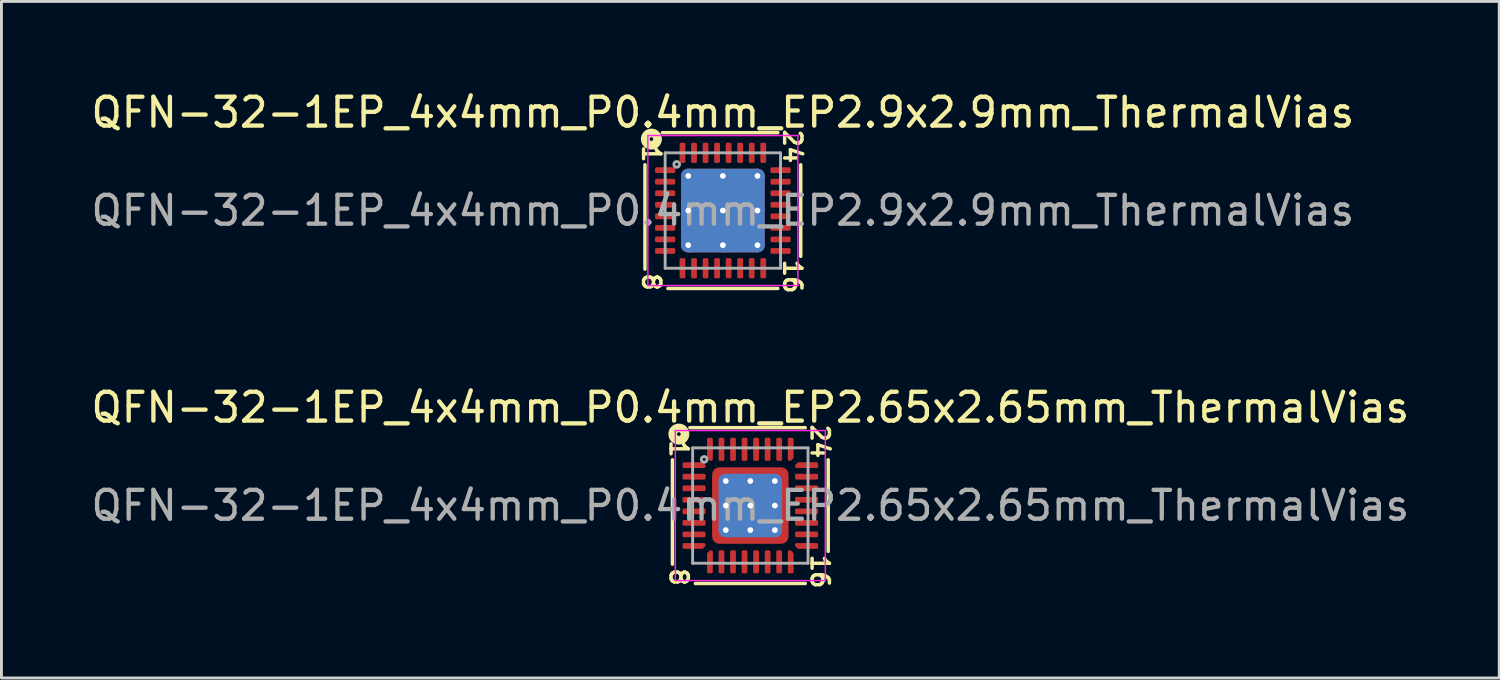
<source format=kicad_pcb>
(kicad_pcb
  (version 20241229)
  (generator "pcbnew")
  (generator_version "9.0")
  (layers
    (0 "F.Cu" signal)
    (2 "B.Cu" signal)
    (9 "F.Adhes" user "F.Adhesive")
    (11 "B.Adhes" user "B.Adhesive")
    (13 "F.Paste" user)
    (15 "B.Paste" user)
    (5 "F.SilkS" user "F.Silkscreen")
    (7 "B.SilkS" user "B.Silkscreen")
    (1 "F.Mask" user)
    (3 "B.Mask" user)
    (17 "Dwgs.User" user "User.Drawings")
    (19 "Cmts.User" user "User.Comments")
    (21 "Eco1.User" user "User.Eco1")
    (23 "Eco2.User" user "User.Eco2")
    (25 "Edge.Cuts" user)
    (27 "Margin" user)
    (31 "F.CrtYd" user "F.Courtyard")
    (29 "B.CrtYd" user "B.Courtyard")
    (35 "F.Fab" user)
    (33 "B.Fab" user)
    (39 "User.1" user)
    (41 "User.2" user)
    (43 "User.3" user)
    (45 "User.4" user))
  (footprint "QFN-32-1EP_4x4mm_P0.4mm_EP2.9x2.9mm_ThermalVias"
    (layer "F.Cu")
    (at 22.006 4.248)
    (property "Reference" "QFN-32-1EP_4x4mm_P0.4mm_EP2.9x2.9mm_ThermalVias" (at 0 -3.4 0) (layer "F.SilkS") (effects (font (size 1 1) (thickness 0.15))))
    (attr smd)
    (fp_line (start -2.7 -1.587) (end -2.7 2.032) (stroke (width 0.12) (type solid)) (layer "F.SilkS"))
    (fp_line (start -1.905 2.7) (end 1.905 2.7) (stroke (width 0.12) (type solid)) (layer "F.SilkS"))
    (fp_line (start 1.905 -2.7) (end -2.095 -2.7) (stroke (width 0.12) (type solid)) (layer "F.SilkS"))
    (fp_line (start 2.7 1.587) (end 2.7 -1.587) (stroke (width 0.12) (type solid)) (layer "F.SilkS"))
    (fp_circle (center -2.477 -2.477) (end -2.413 -2.477) (stroke (width 0.3) (type solid)) (fill no) (layer "F.SilkS"))
    (fp_line (start -2.6 -2.6) (end -2.6 2.6) (stroke (width 0.05) (type solid)) (layer "F.CrtYd"))
    (fp_line (start -2.6 2.6) (end 2.6 2.6) (stroke (width 0.05) (type solid)) (layer "F.CrtYd"))
    (fp_line (start 2.6 -2.6) (end -2.6 -2.6) (stroke (width 0.05) (type solid)) (layer "F.CrtYd"))
    (fp_line (start 2.6 2.6) (end 2.6 -2.6) (stroke (width 0.05) (type solid)) (layer "F.CrtYd"))
    (fp_line (start -2 -2) (end 2 -2) (stroke (width 0.1) (type solid)) (layer "F.Fab"))
    (fp_line (start -2 2) (end -2 -2) (stroke (width 0.1) (type solid)) (layer "F.Fab"))
    (fp_line (start 2 -2) (end 2 2) (stroke (width 0.1) (type solid)) (layer "F.Fab"))
    (fp_line (start 2 2) (end -2 2) (stroke (width 0.1) (type solid)) (layer "F.Fab"))
    (fp_circle (center -1.6 -1.6) (end -1.5 -1.6) (stroke (width 0.1) (type solid)) (fill no) (layer "F.Fab"))
    (fp_text user "16" (at 2.413 2.286 270) (unlocked yes) (layer "F.SilkS") (effects (font (size 0.6 0.6) (thickness 0.12))))
    (fp_text user "1" (at -2.477 -1.968 270) (unlocked yes) (layer "F.SilkS") (effects (font (size 0.6 0.6) (thickness 0.12))))
    (fp_text user "8" (at -2.477 2.477 270) (unlocked yes) (layer "F.SilkS") (effects (font (size 0.6 0.6) (thickness 0.12))))
    (fp_text user "24" (at 2.413 -2.223 270) (unlocked yes) (layer "F.SilkS") (effects (font (size 0.6 0.6) (thickness 0.12))))
    (fp_text user "${REFERENCE}" (at 0 0 0) (layer "F.Fab") (effects (font (size 1 1) (thickness 0.15))))
    (pad "" smd roundrect (at -0.725 -0.725) (size 1.26 1.26) (layers "F.Paste") (roundrect_rratio 0.198))
    (pad "" smd roundrect (at -0.725 0.725) (size 1.26 1.26) (layers "F.Paste") (roundrect_rratio 0.198))
    (pad "" smd roundrect (at 0.725 -0.725) (size 1.26 1.26) (layers "F.Paste") (roundrect_rratio 0.198))
    (pad "" smd roundrect (at 0.725 0.725) (size 1.26 1.26) (layers "F.Paste") (roundrect_rratio 0.198))
    (pad "1" smd roundrect (at -2 -1.4) (size 0.7 0.2) (layers "F.Cu" "F.Mask" "F.Paste") (roundrect_rratio 0.25))
    (pad "2" smd roundrect (at -2 -1) (size 0.7 0.2) (layers "F.Cu" "F.Mask" "F.Paste") (roundrect_rratio 0.25))
    (pad "3" smd roundrect (at -2 -0.6) (size 0.7 0.2) (layers "F.Cu" "F.Mask" "F.Paste") (roundrect_rratio 0.25))
    (pad "4" smd roundrect (at -2 -0.2) (size 0.7 0.2) (layers "F.Cu" "F.Mask" "F.Paste") (roundrect_rratio 0.25))
    (pad "5" smd roundrect (at -2 0.2) (size 0.7 0.2) (layers "F.Cu" "F.Mask" "F.Paste") (roundrect_rratio 0.25))
    (pad "6" smd roundrect (at -2 0.6) (size 0.7 0.2) (layers "F.Cu" "F.Mask" "F.Paste") (roundrect_rratio 0.25))
    (pad "7" smd roundrect (at -2 1) (size 0.7 0.2) (layers "F.Cu" "F.Mask" "F.Paste") (roundrect_rratio 0.25))
    (pad "8" smd roundrect (at -2 1.4) (size 0.7 0.2) (layers "F.Cu" "F.Mask" "F.Paste") (roundrect_rratio 0.25))
    (pad "9" smd roundrect (at -1.4 2) (size 0.2 0.7) (layers "F.Cu" "F.Mask" "F.Paste") (roundrect_rratio 0.25))
    (pad "10" smd roundrect (at -1 2) (size 0.2 0.7) (layers "F.Cu" "F.Mask" "F.Paste") (roundrect_rratio 0.25))
    (pad "11" smd roundrect (at -0.6 2) (size 0.2 0.7) (layers "F.Cu" "F.Mask" "F.Paste") (roundrect_rratio 0.25))
    (pad "12" smd roundrect (at -0.2 2) (size 0.2 0.7) (layers "F.Cu" "F.Mask" "F.Paste") (roundrect_rratio 0.25))
    (pad "13" smd roundrect (at 0.2 2) (size 0.2 0.7) (layers "F.Cu" "F.Mask" "F.Paste") (roundrect_rratio 0.25))
    (pad "14" smd roundrect (at 0.6 2) (size 0.2 0.7) (layers "F.Cu" "F.Mask" "F.Paste") (roundrect_rratio 0.25))
    (pad "15" smd roundrect (at 1 2) (size 0.2 0.7) (layers "F.Cu" "F.Mask" "F.Paste") (roundrect_rratio 0.25))
    (pad "16" smd roundrect (at 1.4 2) (size 0.2 0.7) (layers "F.Cu" "F.Mask" "F.Paste") (roundrect_rratio 0.25))
    (pad "17" smd roundrect (at 2 1.4) (size 0.7 0.2) (layers "F.Cu" "F.Mask" "F.Paste") (roundrect_rratio 0.25))
    (pad "18" smd roundrect (at 2 1) (size 0.7 0.2) (layers "F.Cu" "F.Mask" "F.Paste") (roundrect_rratio 0.25))
    (pad "19" smd roundrect (at 2 0.6) (size 0.7 0.2) (layers "F.Cu" "F.Mask" "F.Paste") (roundrect_rratio 0.25))
    (pad "20" smd roundrect (at 2 0.2) (size 0.7 0.2) (layers "F.Cu" "F.Mask" "F.Paste") (roundrect_rratio 0.25))
    (pad "21" smd roundrect (at 2 -0.2) (size 0.7 0.2) (layers "F.Cu" "F.Mask" "F.Paste") (roundrect_rratio 0.25))
    (pad "22" smd roundrect (at 2 -0.6) (size 0.7 0.2) (layers "F.Cu" "F.Mask" "F.Paste") (roundrect_rratio 0.25))
    (pad "23" smd roundrect (at 2 -1) (size 0.7 0.2) (layers "F.Cu" "F.Mask" "F.Paste") (roundrect_rratio 0.25))
    (pad "24" smd roundrect (at 2 -1.4) (size 0.7 0.2) (layers "F.Cu" "F.Mask" "F.Paste") (roundrect_rratio 0.25))
    (pad "25" smd roundrect (at 1.4 -2) (size 0.2 0.7) (layers "F.Cu" "F.Mask" "F.Paste") (roundrect_rratio 0.25))
    (pad "26" smd roundrect (at 1 -2) (size 0.2 0.7) (layers "F.Cu" "F.Mask" "F.Paste") (roundrect_rratio 0.25))
    (pad "27" smd roundrect (at 0.6 -2) (size 0.2 0.7) (layers "F.Cu" "F.Mask" "F.Paste") (roundrect_rratio 0.25))
    (pad "28" smd roundrect (at 0.2 -2) (size 0.2 0.7) (layers "F.Cu" "F.Mask" "F.Paste") (roundrect_rratio 0.25))
    (pad "29" smd roundrect (at -0.2 -2) (size 0.2 0.7) (layers "F.Cu" "F.Mask" "F.Paste") (roundrect_rratio 0.25))
    (pad "30" smd roundrect (at -0.6 -2) (size 0.2 0.7) (layers "F.Cu" "F.Mask" "F.Paste") (roundrect_rratio 0.25))
    (pad "31" smd roundrect (at -1 -2) (size 0.2 0.7) (layers "F.Cu" "F.Mask" "F.Paste") (roundrect_rratio 0.25))
    (pad "32" smd roundrect (at -1.4 -2) (size 0.2 0.7) (layers "F.Cu" "F.Mask" "F.Paste") (roundrect_rratio 0.25))
    (pad "33" thru_hole circle (at -1.2 -1.2) (size 0.5 0.5) (drill 0.2) (property pad_prop_heatsink) (layers "*.Cu"))
    (pad "33" thru_hole circle (at -1.2 0) (size 0.5 0.5) (drill 0.2) (property pad_prop_heatsink) (layers "*.Cu"))
    (pad "33" thru_hole circle (at -1.2 1.2) (size 0.5 0.5) (drill 0.2) (property pad_prop_heatsink) (layers "*.Cu"))
    (pad "33" thru_hole circle (at 0 -1.2) (size 0.5 0.5) (drill 0.2) (property pad_prop_heatsink) (layers "*.Cu"))
    (pad "33" thru_hole circle (at 0 0) (size 0.5 0.5) (drill 0.2) (property pad_prop_heatsink) (layers "*.Cu"))
    (pad "33" smd roundrect (at 0 0) (size 2.9 2.9) (layers "F.Cu" "F.Mask") (roundrect_rratio 0.086))
    (pad "33" smd roundrect (at 0 0) (size 2.9 2.9) (layers "B.Cu" "B.Mask") (roundrect_rratio 0.086))
    (pad "33" thru_hole circle (at 0 1.2) (size 0.5 0.5) (drill 0.2) (property pad_prop_heatsink) (layers "*.Cu"))
    (pad "33" thru_hole circle (at 1.2 -1.2) (size 0.5 0.5) (drill 0.2) (property pad_prop_heatsink) (layers "*.Cu"))
    (pad "33" thru_hole circle (at 1.2 0) (size 0.5 0.5) (drill 0.2) (property pad_prop_heatsink) (layers "*.Cu"))
    (pad "33" thru_hole circle (at 1.2 1.2) (size 0.5 0.5) (drill 0.2) (property pad_prop_heatsink) (layers "*.Cu")))
  (footprint "QFN-32-1EP_4x4mm_P0.4mm_EP2.65x2.65mm_ThermalVias"
    (layer "F.Cu")
    (at 22.958 14.474)
    (property "Reference" "QFN-32-1EP_4x4mm_P0.4mm_EP2.65x2.65mm_ThermalVias" (at 0 -3.4 0) (layer "F.SilkS") (effects (font (size 1 1) (thickness 0.15))))
    (attr smd)
    (fp_line (start -2.7 -1.587) (end -2.7 2.032) (stroke (width 0.12) (type solid)) (layer "F.SilkS"))
    (fp_line (start -1.905 2.7) (end 1.905 2.7) (stroke (width 0.12) (type solid)) (layer "F.SilkS"))
    (fp_line (start 1.905 -2.7) (end -2.095 -2.7) (stroke (width 0.12) (type solid)) (layer "F.SilkS"))
    (fp_line (start 2.7 1.587) (end 2.7 -1.587) (stroke (width 0.12) (type solid)) (layer "F.SilkS"))
    (fp_circle (center -2.477 -2.477) (end -2.413 -2.477) (stroke (width 0.3) (type solid)) (fill no) (layer "F.SilkS"))
    (fp_line (start -2.6 -2.6) (end -2.6 2.6) (stroke (width 0.05) (type solid)) (layer "F.CrtYd"))
    (fp_line (start -2.6 2.6) (end 2.6 2.6) (stroke (width 0.05) (type solid)) (layer "F.CrtYd"))
    (fp_line (start 2.6 -2.6) (end -2.6 -2.6) (stroke (width 0.05) (type solid)) (layer "F.CrtYd"))
    (fp_line (start 2.6 2.6) (end 2.6 -2.6) (stroke (width 0.05) (type solid)) (layer "F.CrtYd"))
    (fp_line (start -2 -2) (end 2 -2) (stroke (width 0.1) (type solid)) (layer "F.Fab"))
    (fp_line (start -2 2) (end -2 -2) (stroke (width 0.1) (type solid)) (layer "F.Fab"))
    (fp_line (start 2 -2) (end 2 2) (stroke (width 0.1) (type solid)) (layer "F.Fab"))
    (fp_line (start 2 2) (end -2 2) (stroke (width 0.1) (type solid)) (layer "F.Fab"))
    (fp_circle (center -1.6 -1.6) (end -1.5 -1.6) (stroke (width 0.1) (type solid)) (fill no) (layer "F.Fab"))
    (fp_text user "8" (at -2.477 2.477 270) (unlocked yes) (layer "F.SilkS") (effects (font (size 0.6 0.6) (thickness 0.12))))
    (fp_text user "16" (at 2.413 2.286 270) (unlocked yes) (layer "F.SilkS") (effects (font (size 0.6 0.6) (thickness 0.12))))
    (fp_text user "24" (at 2.413 -2.223 270) (unlocked yes) (layer "F.SilkS") (effects (font (size 0.6 0.6) (thickness 0.12))))
    (fp_text user "1" (at -2.477 -1.968 270) (unlocked yes) (layer "F.SilkS") (effects (font (size 0.6 0.6) (thickness 0.12))))
    (fp_text user "${REFERENCE}" (at 0 0 0) (layer "F.Fab") (effects (font (size 1 1) (thickness 0.15))))
    (pad "" smd custom (at -1.087 -1.087) (size 0.248 0.248) (layers "F.Paste") (options (anchor circle)) (primitives (gr_poly (pts (xy 0.096 -0.039) (xy -0.039 0.096) (xy -0.096 0.096) (xy -0.096 -0.096) (xy 0.096 -0.096)) (width 0.191) (fill yes))))
    (pad "" smd custom (at -1.087 -0.425) (size 0.274 0.274) (layers "F.Paste") (options (anchor circle)) (primitives (gr_poly (pts (xy 0.096 -0.149) (xy 0.096 0.149) (xy -0.003 0.247) (xy -0.096 0.247) (xy -0.096 -0.247) (xy -0.003 -0.247)) (width 0.191) (fill yes))))
    (pad "" smd custom (at -1.087 0.425) (size 0.274 0.274) (layers "F.Paste") (options (anchor circle)) (primitives (gr_poly (pts (xy 0.096 -0.149) (xy 0.096 0.149) (xy -0.003 0.247) (xy -0.096 0.247) (xy -0.096 -0.247) (xy -0.003 -0.247)) (width 0.191) (fill yes))))
    (pad "" smd custom (at -1.087 1.087) (size 0.248 0.248) (layers "F.Paste") (options (anchor circle)) (primitives (gr_poly (pts (xy 0.096 0.039) (xy 0.096 0.096) (xy -0.096 0.096) (xy -0.096 -0.096) (xy -0.039 -0.096)) (width 0.191) (fill yes))))
    (pad "" smd custom (at -0.425 -1.087) (size 0.274 0.274) (layers "F.Paste") (options (anchor circle)) (primitives (gr_poly (pts (xy 0.247 -0.003) (xy 0.149 0.096) (xy -0.149 0.096) (xy -0.247 -0.003) (xy -0.247 -0.096) (xy 0.247 -0.096)) (width 0.191) (fill yes))))
    (pad "" smd custom (at -0.425 -0.425) (size 0.602 0.602) (layers "F.Paste") (options (anchor circle)) (primitives (gr_poly (pts (xy 0.259 -0.19) (xy 0.259 0.19) (xy 0.19 0.259) (xy -0.19 0.259) (xy -0.259 0.19) (xy -0.259 -0.19) (xy -0.19 -0.259) (xy 0.19 -0.259)) (width 0.167) (fill yes))))
    (pad "" smd custom (at -0.425 0.425) (size 0.602 0.602) (layers "F.Paste") (options (anchor circle)) (primitives (gr_poly (pts (xy 0.259 -0.19) (xy 0.259 0.19) (xy 0.19 0.259) (xy -0.19 0.259) (xy -0.259 0.19) (xy -0.259 -0.19) (xy -0.19 -0.259) (xy 0.19 -0.259)) (width 0.167) (fill yes))))
    (pad "" smd custom (at -0.425 1.087) (size 0.274 0.274) (layers "F.Paste") (options (anchor circle)) (primitives (gr_poly (pts (xy 0.247 0.003) (xy 0.247 0.096) (xy -0.247 0.096) (xy -0.247 0.003) (xy -0.149 -0.096) (xy 0.149 -0.096)) (width 0.191) (fill yes))))
    (pad "" smd custom (at 0.425 -1.087) (size 0.274 0.274) (layers "F.Paste") (options (anchor circle)) (primitives (gr_poly (pts (xy 0.247 -0.003) (xy 0.149 0.096) (xy -0.149 0.096) (xy -0.247 -0.003) (xy -0.247 -0.096) (xy 0.247 -0.096)) (width 0.191) (fill yes))))
    (pad "" smd custom (at 0.425 -0.425) (size 0.602 0.602) (layers "F.Paste") (options (anchor circle)) (primitives (gr_poly (pts (xy 0.259 -0.19) (xy 0.259 0.19) (xy 0.19 0.259) (xy -0.19 0.259) (xy -0.259 0.19) (xy -0.259 -0.19) (xy -0.19 -0.259) (xy 0.19 -0.259)) (width 0.167) (fill yes))))
    (pad "" smd custom (at 0.425 0.425) (size 0.602 0.602) (layers "F.Paste") (options (anchor circle)) (primitives (gr_poly (pts (xy 0.259 -0.19) (xy 0.259 0.19) (xy 0.19 0.259) (xy -0.19 0.259) (xy -0.259 0.19) (xy -0.259 -0.19) (xy -0.19 -0.259) (xy 0.19 -0.259)) (width 0.167) (fill yes))))
    (pad "" smd custom (at 0.425 1.087) (size 0.274 0.274) (layers "F.Paste") (options (anchor circle)) (primitives (gr_poly (pts (xy 0.247 0.003) (xy 0.247 0.096) (xy -0.247 0.096) (xy -0.247 0.003) (xy -0.149 -0.096) (xy 0.149 -0.096)) (width 0.191) (fill yes))))
    (pad "" smd custom (at 1.087 -1.087) (size 0.248 0.248) (layers "F.Paste") (options (anchor circle)) (primitives (gr_poly (pts (xy 0.096 0.096) (xy 0.039 0.096) (xy -0.096 -0.039) (xy -0.096 -0.096) (xy 0.096 -0.096)) (width 0.191) (fill yes))))
    (pad "" smd custom (at 1.087 -0.425) (size 0.274 0.274) (layers "F.Paste") (options (anchor circle)) (primitives (gr_poly (pts (xy 0.096 0.247) (xy 0.003 0.247) (xy -0.096 0.149) (xy -0.096 -0.149) (xy 0.003 -0.247) (xy 0.096 -0.247)) (width 0.191) (fill yes))))
    (pad "" smd custom (at 1.087 0.425) (size 0.274 0.274) (layers "F.Paste") (options (anchor circle)) (primitives (gr_poly (pts (xy 0.096 0.247) (xy 0.003 0.247) (xy -0.096 0.149) (xy -0.096 -0.149) (xy 0.003 -0.247) (xy 0.096 -0.247)) (width 0.191) (fill yes))))
    (pad "" smd custom (at 1.087 1.087) (size 0.248 0.248) (layers "F.Paste") (options (anchor circle)) (primitives (gr_poly (pts (xy 0.096 0.096) (xy -0.096 0.096) (xy -0.096 0.039) (xy 0.039 -0.096) (xy 0.096 -0.096)) (width 0.191) (fill yes))))
    (pad "1" smd custom (at -1.95 -1.4) (size 0.129 0.129) (layers "F.Cu" "F.Mask" "F.Paste") (options (anchor circle)) (primitives (gr_poly (pts (xy 0.35 0.021) (xy 0.35 0.05) (xy -0.35 0.05) (xy -0.35 -0.05) (xy 0.279 -0.05)) (width 0.1) (fill yes))))
    (pad "2" smd roundrect (at -1.95 -1) (size 0.8 0.2) (layers "F.Cu" "F.Mask" "F.Paste") (roundrect_rratio 0.25))
    (pad "3" smd roundrect (at -1.95 -0.6) (size 0.8 0.2) (layers "F.Cu" "F.Mask" "F.Paste") (roundrect_rratio 0.25))
    (pad "4" smd roundrect (at -1.95 -0.2) (size 0.8 0.2) (layers "F.Cu" "F.Mask" "F.Paste") (roundrect_rratio 0.25))
    (pad "5" smd roundrect (at -1.95 0.2) (size 0.8 0.2) (layers "F.Cu" "F.Mask" "F.Paste") (roundrect_rratio 0.25))
    (pad "6" smd roundrect (at -1.95 0.6) (size 0.8 0.2) (layers "F.Cu" "F.Mask" "F.Paste") (roundrect_rratio 0.25))
    (pad "7" smd roundrect (at -1.95 1) (size 0.8 0.2) (layers "F.Cu" "F.Mask" "F.Paste") (roundrect_rratio 0.25))
    (pad "8" smd custom (at -1.95 1.4) (size 0.129 0.129) (layers "F.Cu" "F.Mask" "F.Paste") (options (anchor circle)) (primitives (gr_poly (pts (xy 0.35 -0.021) (xy 0.279 0.05) (xy -0.35 0.05) (xy -0.35 -0.05) (xy 0.35 -0.05)) (width 0.1) (fill yes))))
    (pad "9" smd custom (at -1.4 1.95) (size 0.129 0.129) (layers "F.Cu" "F.Mask" "F.Paste") (options (anchor circle)) (primitives (gr_poly (pts (xy 0.05 0.35) (xy -0.05 0.35) (xy -0.05 -0.279) (xy 0.021 -0.35) (xy 0.05 -0.35)) (width 0.1) (fill yes))))
    (pad "10" smd roundrect (at -1 1.95) (size 0.2 0.8) (layers "F.Cu" "F.Mask" "F.Paste") (roundrect_rratio 0.25))
    (pad "11" smd roundrect (at -0.6 1.95) (size 0.2 0.8) (layers "F.Cu" "F.Mask" "F.Paste") (roundrect_rratio 0.25))
    (pad "12" smd roundrect (at -0.2 1.95) (size 0.2 0.8) (layers "F.Cu" "F.Mask" "F.Paste") (roundrect_rratio 0.25))
    (pad "13" smd roundrect (at 0.2 1.95) (size 0.2 0.8) (layers "F.Cu" "F.Mask" "F.Paste") (roundrect_rratio 0.25))
    (pad "14" smd roundrect (at 0.6 1.95) (size 0.2 0.8) (layers "F.Cu" "F.Mask" "F.Paste") (roundrect_rratio 0.25))
    (pad "15" smd roundrect (at 1 1.95) (size 0.2 0.8) (layers "F.Cu" "F.Mask" "F.Paste") (roundrect_rratio 0.25))
    (pad "16" smd custom (at 1.4 1.95) (size 0.129 0.129) (layers "F.Cu" "F.Mask" "F.Paste") (options (anchor circle)) (primitives (gr_poly (pts (xy 0.05 -0.279) (xy 0.05 0.35) (xy -0.05 0.35) (xy -0.05 -0.35) (xy -0.021 -0.35)) (width 0.1) (fill yes))))
    (pad "17" smd custom (at 1.95 1.4) (size 0.129 0.129) (layers "F.Cu" "F.Mask" "F.Paste") (options (anchor circle)) (primitives (gr_poly (pts (xy 0.35 0.05) (xy -0.279 0.05) (xy -0.35 -0.021) (xy -0.35 -0.05) (xy 0.35 -0.05)) (width 0.1) (fill yes))))
    (pad "18" smd roundrect (at 1.95 1) (size 0.8 0.2) (layers "F.Cu" "F.Mask" "F.Paste") (roundrect_rratio 0.25))
    (pad "19" smd roundrect (at 1.95 0.6) (size 0.8 0.2) (layers "F.Cu" "F.Mask" "F.Paste") (roundrect_rratio 0.25))
    (pad "20" smd roundrect (at 1.95 0.2) (size 0.8 0.2) (layers "F.Cu" "F.Mask" "F.Paste") (roundrect_rratio 0.25))
    (pad "21" smd roundrect (at 1.95 -0.2) (size 0.8 0.2) (layers "F.Cu" "F.Mask" "F.Paste") (roundrect_rratio 0.25))
    (pad "22" smd roundrect (at 1.95 -0.6) (size 0.8 0.2) (layers "F.Cu" "F.Mask" "F.Paste") (roundrect_rratio 0.25))
    (pad "23" smd roundrect (at 1.95 -1) (size 0.8 0.2) (layers "F.Cu" "F.Mask" "F.Paste") (roundrect_rratio 0.25))
    (pad "24" smd custom (at 1.95 -1.4) (size 0.129 0.129) (layers "F.Cu" "F.Mask" "F.Paste") (options (anchor circle)) (primitives (gr_poly (pts (xy 0.35 0.05) (xy -0.35 0.05) (xy -0.35 0.021) (xy -0.279 -0.05) (xy 0.35 -0.05)) (width 0.1) (fill yes))))
    (pad "25" smd custom (at 1.4 -1.95) (size 0.129 0.129) (layers "F.Cu" "F.Mask" "F.Paste") (options (anchor circle)) (primitives (gr_poly (pts (xy 0.05 0.279) (xy -0.021 0.35) (xy -0.05 0.35) (xy -0.05 -0.35) (xy 0.05 -0.35)) (width 0.1) (fill yes))))
    (pad "26" smd roundrect (at 1 -1.95) (size 0.2 0.8) (layers "F.Cu" "F.Mask" "F.Paste") (roundrect_rratio 0.25))
    (pad "27" smd roundrect (at 0.6 -1.95) (size 0.2 0.8) (layers "F.Cu" "F.Mask" "F.Paste") (roundrect_rratio 0.25))
    (pad "28" smd roundrect (at 0.2 -1.95) (size 0.2 0.8) (layers "F.Cu" "F.Mask" "F.Paste") (roundrect_rratio 0.25))
    (pad "29" smd roundrect (at -0.2 -1.95) (size 0.2 0.8) (layers "F.Cu" "F.Mask" "F.Paste") (roundrect_rratio 0.25))
    (pad "30" smd roundrect (at -0.6 -1.95) (size 0.2 0.8) (layers "F.Cu" "F.Mask" "F.Paste") (roundrect_rratio 0.25))
    (pad "31" smd roundrect (at -1 -1.95) (size 0.2 0.8) (layers "F.Cu" "F.Mask" "F.Paste") (roundrect_rratio 0.25))
    (pad "32" smd custom (at -1.4 -1.95) (size 0.129 0.129) (layers "F.Cu" "F.Mask" "F.Paste") (options (anchor circle)) (primitives (gr_poly (pts (xy 0.05 0.35) (xy 0.021 0.35) (xy -0.05 0.279) (xy -0.05 -0.35) (xy 0.05 -0.35)) (width 0.1) (fill yes))))
    (pad "33" thru_hole circle (at -0.85 -0.85) (size 0.5 0.5) (drill 0.2) (property pad_prop_heatsink) (layers "*.Cu"))
    (pad "33" thru_hole circle (at -0.85 0) (size 0.5 0.5) (drill 0.2) (property pad_prop_heatsink) (layers "*.Cu"))
    (pad "33" thru_hole circle (at -0.85 0.85) (size 0.5 0.5) (drill 0.2) (property pad_prop_heatsink) (layers "*.Cu"))
    (pad "33" thru_hole circle (at 0 -0.85) (size 0.5 0.5) (drill 0.2) (property pad_prop_heatsink) (layers "*.Cu"))
    (pad "33" thru_hole circle (at 0 0) (size 0.5 0.5) (drill 0.2) (property pad_prop_heatsink) (layers "*.Cu"))
    (pad "33" smd roundrect (at 0 0) (size 2.2 2.2) (layers "B.Cu" "B.Mask") (roundrect_rratio 0.114))
    (pad "33" smd roundrect (at 0 0) (size 2.65 2.65) (layers "F.Cu" "F.Mask") (roundrect_rratio 0.094))
    (pad "33" thru_hole circle (at 0 0.85) (size 0.5 0.5) (drill 0.2) (property pad_prop_heatsink) (layers "*.Cu"))
    (pad "33" thru_hole circle (at 0.85 -0.85) (size 0.5 0.5) (drill 0.2) (property pad_prop_heatsink) (layers "*.Cu"))
    (pad "33" thru_hole circle (at 0.85 0) (size 0.5 0.5) (drill 0.2) (property pad_prop_heatsink) (layers "*.Cu"))
    (pad "33" thru_hole circle (at 0.85 0.85) (size 0.5 0.5) (drill 0.2) (property pad_prop_heatsink) (layers "*.Cu")))
  (gr_rect
    (start -3 -3)
    (end 48.917 20.451)
    (stroke (width 0.1) (type default))
    (fill no)
    (layer "Edge.Cuts")))
</source>
